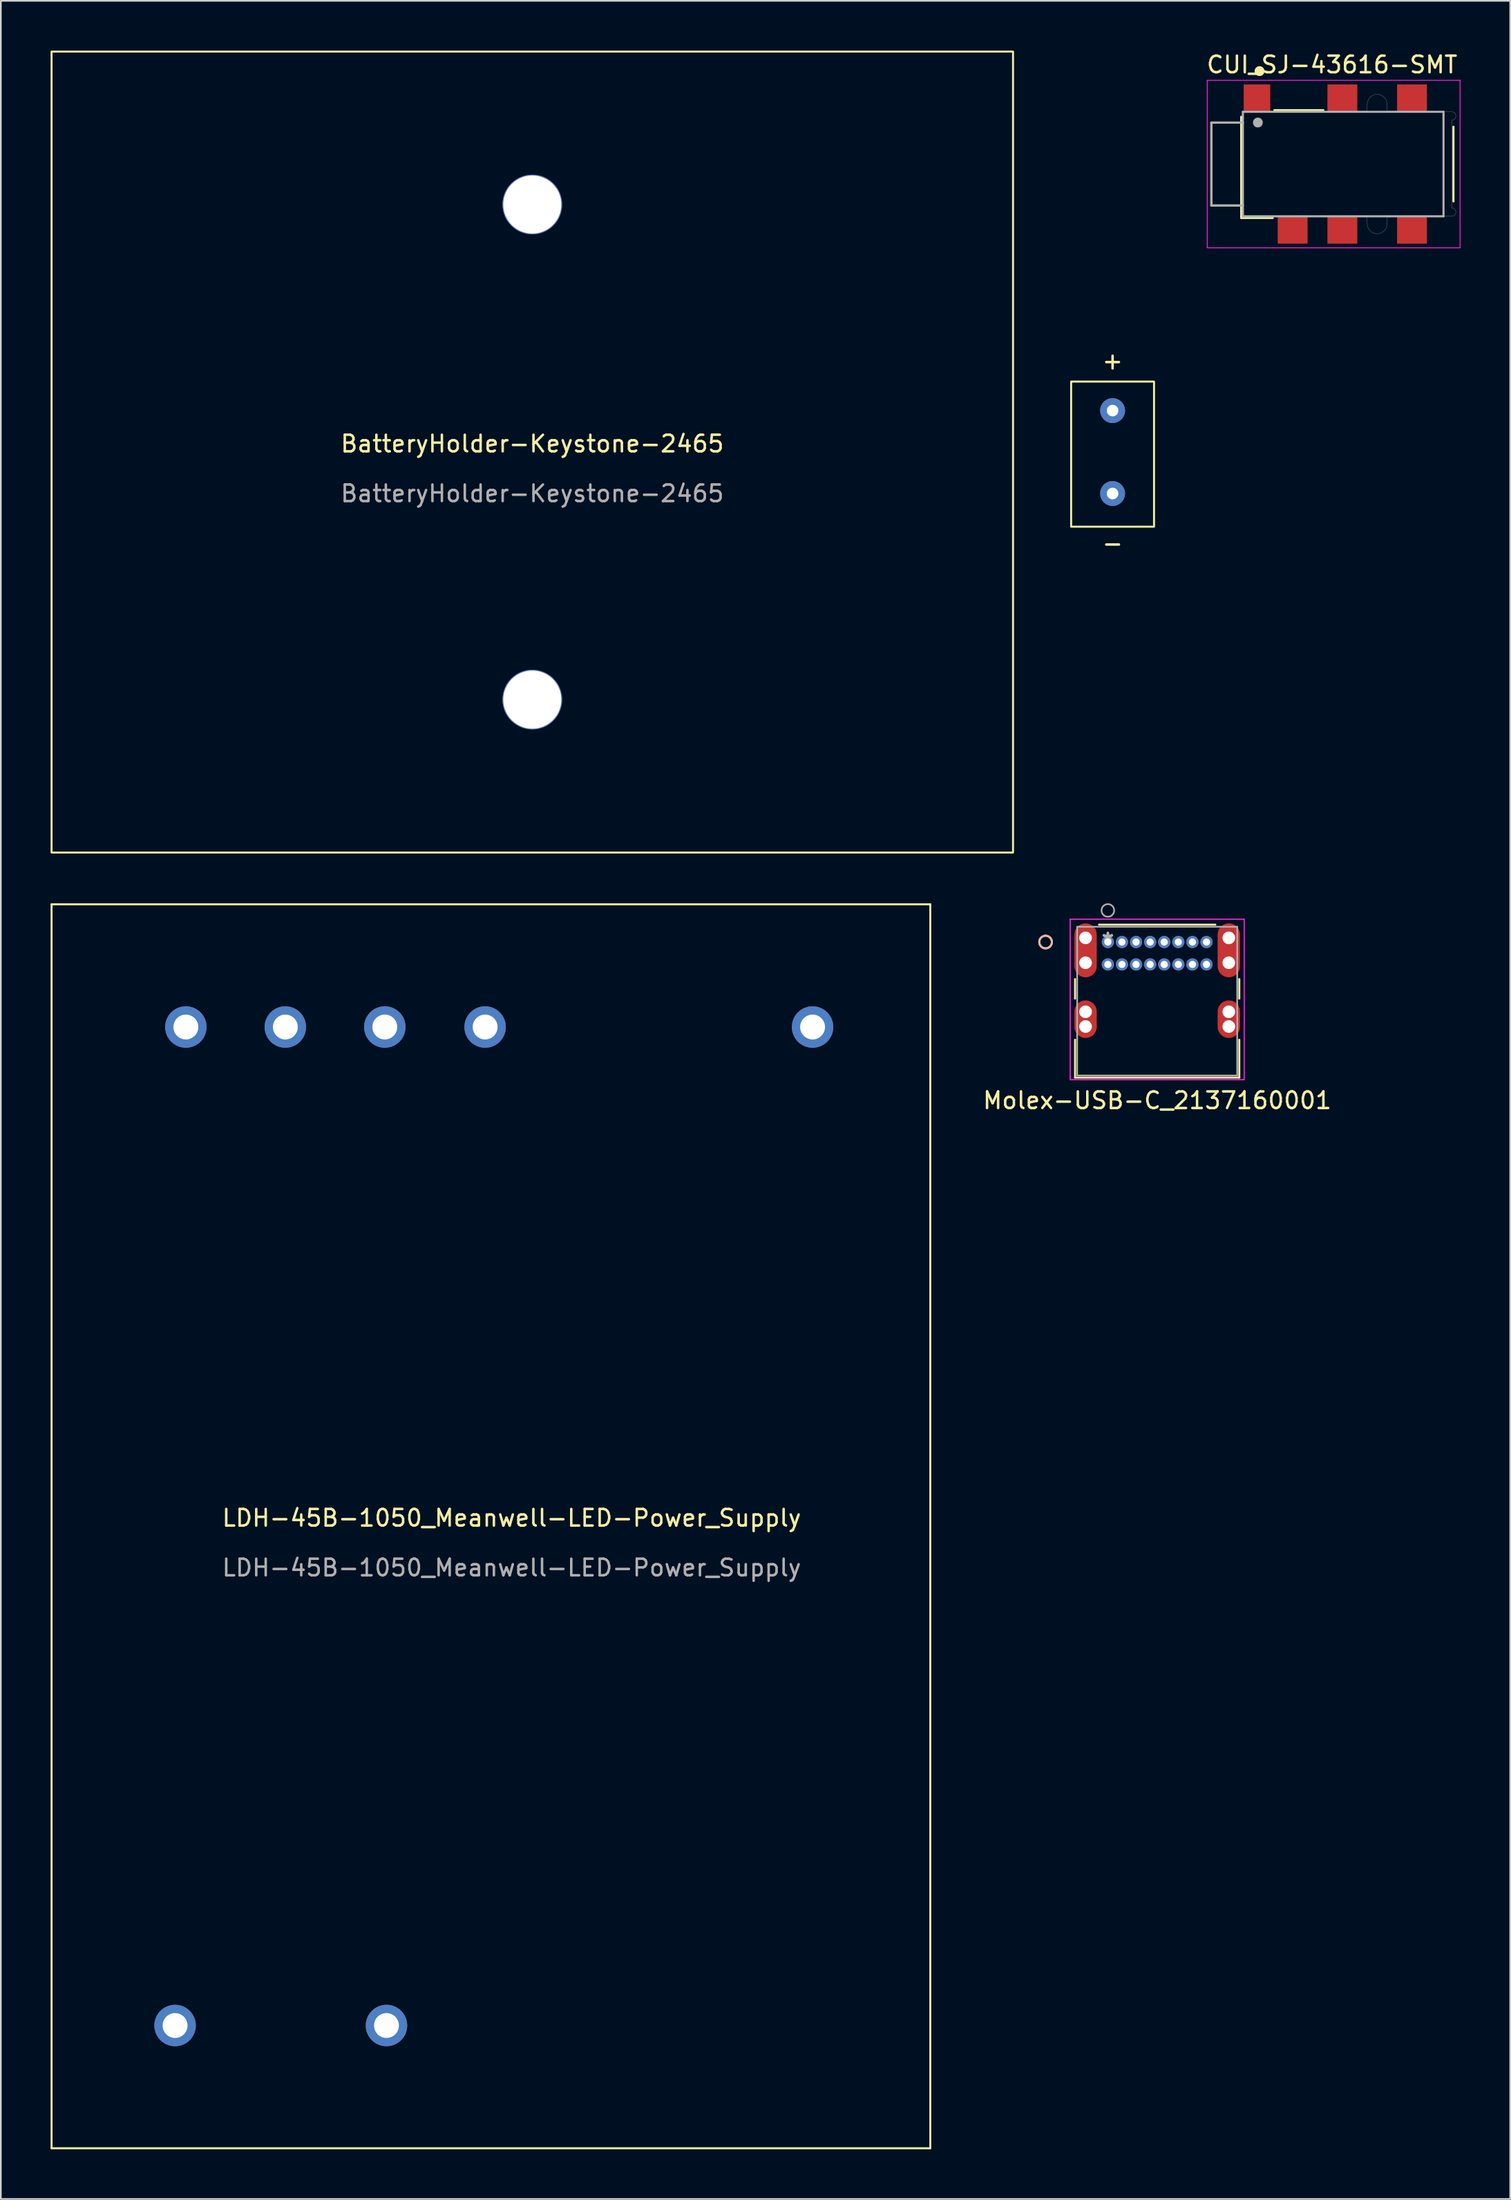
<source format=kicad_pcb>
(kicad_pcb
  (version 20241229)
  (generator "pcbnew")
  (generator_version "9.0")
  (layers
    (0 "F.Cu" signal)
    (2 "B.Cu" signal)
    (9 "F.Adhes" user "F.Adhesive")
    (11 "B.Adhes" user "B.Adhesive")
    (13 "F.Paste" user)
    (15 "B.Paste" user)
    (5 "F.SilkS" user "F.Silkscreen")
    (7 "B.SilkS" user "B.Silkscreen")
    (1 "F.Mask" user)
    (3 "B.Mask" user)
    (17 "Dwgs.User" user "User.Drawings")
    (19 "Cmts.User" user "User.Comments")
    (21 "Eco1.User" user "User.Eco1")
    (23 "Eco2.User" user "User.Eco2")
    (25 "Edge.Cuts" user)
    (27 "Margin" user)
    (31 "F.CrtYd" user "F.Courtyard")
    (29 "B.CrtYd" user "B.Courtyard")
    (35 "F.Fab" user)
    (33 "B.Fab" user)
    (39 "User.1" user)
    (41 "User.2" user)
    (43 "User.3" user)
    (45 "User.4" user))
  (footprint "Molex-USB-C_2137160001"
    (layer "F.Cu")
    (at 66.742 56.796)
    (property "Reference" "Molex-USB-C_2137160001" (at 0.003 6.5 0) (unlocked yes) (layer "F.SilkS") (effects (font (size 1 1) (thickness 0.15))))
    (attr through_hole)
    (fp_line (start -4.95 -0.816) (end -4.95 0.361) (stroke (width 0.12) (type solid)) (layer "F.SilkS"))
    (fp_line (start -4.95 2.839) (end -4.95 5.123) (stroke (width 0.12) (type solid)) (layer "F.SilkS"))
    (fp_line (start -4.95 5.123) (end 4.956 5.123) (stroke (width 0.12) (type solid)) (layer "F.SilkS"))
    (fp_line (start 3.512 -4.097) (end -3.506 -4.097) (stroke (width 0.12) (type solid)) (layer "F.SilkS"))
    (fp_line (start 4.956 0.361) (end 4.956 -0.816) (stroke (width 0.12) (type solid)) (layer "F.SilkS"))
    (fp_line (start 4.956 5.123) (end 4.956 2.839) (stroke (width 0.12) (type solid)) (layer "F.SilkS"))
    (fp_circle (center -6.728 -3.05) (end -6.347 -3.05) (stroke (width 0.12) (type solid)) (fill no) (layer "F.SilkS"))
    (fp_circle (center -6.728 -3.05) (end -6.347 -3.05) (stroke (width 0.12) (type solid)) (fill no) (layer "B.SilkS"))
    (fp_line (start -5.244 -4.43) (end -5.244 5.25) (stroke (width 0.05) (type solid)) (layer "F.CrtYd"))
    (fp_line (start -5.244 -4.43) (end -5.244 5.25) (stroke (width 0.05) (type solid)) (layer "F.CrtYd"))
    (fp_line (start -5.244 5.25) (end 5.25 5.25) (stroke (width 0.05) (type solid)) (layer "F.CrtYd"))
    (fp_line (start -5.244 5.25) (end 5.25 5.25) (stroke (width 0.05) (type solid)) (layer "F.CrtYd"))
    (fp_line (start 5.25 -4.43) (end -5.244 -4.43) (stroke (width 0.05) (type solid)) (layer "F.CrtYd"))
    (fp_line (start 5.25 -4.43) (end -5.244 -4.43) (stroke (width 0.05) (type solid)) (layer "F.CrtYd"))
    (fp_line (start 5.25 5.25) (end 5.25 -4.43) (stroke (width 0.05) (type solid)) (layer "F.CrtYd"))
    (fp_line (start 5.25 5.25) (end 5.25 -4.43) (stroke (width 0.05) (type solid)) (layer "F.CrtYd"))
    (fp_line (start -4.823 -3.97) (end -4.823 4.996) (stroke (width 0.1) (type solid)) (layer "F.Fab"))
    (fp_line (start -4.823 4.996) (end 4.829 4.996) (stroke (width 0.1) (type solid)) (layer "F.Fab"))
    (fp_line (start 4.829 -3.97) (end -4.823 -3.97) (stroke (width 0.1) (type solid)) (layer "F.Fab"))
    (fp_line (start 4.829 4.996) (end 4.829 -3.97) (stroke (width 0.1) (type solid)) (layer "F.Fab"))
    (fp_circle (center -2.972 -4.955) (end -2.591 -4.955) (stroke (width 0.1) (type solid)) (fill no) (layer "F.Fab"))
    (fp_text user "*" (at -2.972 -3.05 0) (layer "F.SilkS") (effects (font (size 1 1) (thickness 0.15))))
    (fp_text user "*" (at -2.972 -3.05 0) (layer "F.Fab") (effects (font (size 1 1) (thickness 0.15))))
    (pad "" np_thru_hole circle (at -4.317 1.155) (size 0.762 0.762) (drill 0.762) (layers "*.Cu" "*.Mask"))
    (pad "" np_thru_hole circle (at -4.317 2.044) (size 0.762 0.762) (drill 0.762) (layers "*.Cu" "*.Mask"))
    (pad "" np_thru_hole circle (at -4.317 -3.3) (size 0.762 0.762) (drill 0.762) (layers "*.Cu" "*.Mask"))
    (pad "" np_thru_hole circle (at -4.317 -1.801) (size 0.762 0.762) (drill 0.762) (layers "*.Cu" "*.Mask"))
    (pad "" np_thru_hole circle (at 4.323 -3.3) (size 0.762 0.762) (drill 0.762) (layers "*.Cu" "*.Mask"))
    (pad "" np_thru_hole circle (at 4.323 -1.801) (size 0.762 0.762) (drill 0.762) (layers "*.Cu" "*.Mask"))
    (pad "" np_thru_hole circle (at 4.323 1.155) (size 0.762 0.762) (drill 0.762) (layers "*.Cu" "*.Mask"))
    (pad "" np_thru_hole circle (at 4.323 2.044) (size 0.762 0.762) (drill 0.762) (layers "*.Cu" "*.Mask"))
    (pad "17" smd oval (at -4.317 -2.55) (size 1.346 3.251) (layers "F.Cu" "F.Mask" "F.Paste"))
    (pad "18" smd oval (at 4.323 -2.55) (size 1.346 3.251) (layers "F.Cu" "F.Mask" "F.Paste"))
    (pad "19" smd oval (at -4.317 1.6) (size 1.346 2.261) (layers "F.Cu" "F.Mask" "F.Paste"))
    (pad "20" smd oval (at 4.323 1.6) (size 1.346 2.261) (layers "F.Cu" "F.Mask" "F.Paste"))
    (pad "A1" thru_hole circle (at -2.972 -3.05) (size 0.737 0.737) (drill 0.432) (layers "*.Cu" "*.Mask"))
    (pad "A4" thru_hole circle (at -2.122 -3.05) (size 0.737 0.737) (drill 0.432) (layers "*.Cu" "*.Mask"))
    (pad "A5" thru_hole circle (at -1.272 -3.05) (size 0.737 0.737) (drill 0.432) (layers "*.Cu" "*.Mask"))
    (pad "A6" thru_hole circle (at -0.422 -3.05) (size 0.737 0.737) (drill 0.432) (layers "*.Cu" "*.Mask"))
    (pad "A7" thru_hole circle (at 0.428 -3.05) (size 0.737 0.737) (drill 0.432) (layers "*.Cu" "*.Mask"))
    (pad "A8" thru_hole circle (at 1.278 -3.05) (size 0.737 0.737) (drill 0.432) (layers "*.Cu" "*.Mask"))
    (pad "A9" thru_hole circle (at 2.128 -3.05) (size 0.737 0.737) (drill 0.432) (layers "*.Cu" "*.Mask"))
    (pad "A12" thru_hole circle (at 2.978 -3.05) (size 0.737 0.737) (drill 0.432) (layers "*.Cu" "*.Mask"))
    (pad "B1" thru_hole circle (at 2.978 -1.7) (size 0.737 0.737) (drill 0.432) (layers "*.Cu" "*.Mask"))
    (pad "B4" thru_hole circle (at 2.128 -1.7) (size 0.737 0.737) (drill 0.432) (layers "*.Cu" "*.Mask"))
    (pad "B5" thru_hole circle (at 1.278 -1.7) (size 0.737 0.737) (drill 0.432) (layers "*.Cu" "*.Mask"))
    (pad "B6" thru_hole circle (at 0.428 -1.7) (size 0.737 0.737) (drill 0.432) (layers "*.Cu" "*.Mask"))
    (pad "B7" thru_hole circle (at -0.422 -1.7) (size 0.737 0.737) (drill 0.432) (layers "*.Cu" "*.Mask"))
    (pad "B8" thru_hole circle (at -1.272 -1.7) (size 0.737 0.737) (drill 0.432) (layers "*.Cu" "*.Mask"))
    (pad "B9" thru_hole circle (at -2.122 -1.7) (size 0.737 0.737) (drill 0.432) (layers "*.Cu" "*.Mask"))
    (pad "B12" thru_hole circle (at -2.972 -1.7) (size 0.737 0.737) (drill 0.432) (layers "*.Cu" "*.Mask")))
  (footprint "LDH-45B-1050_Meanwell-LED-Power_Supply"
    (layer "F.Cu")
    (at 27.81 88.97)
    (property "Reference" "LDH-45B-1050_Meanwell-LED-Power_Supply" (at 0 -0.5 0) (unlocked yes) (layer "F.SilkS") (effects (font (size 1 1) (thickness 0.15))))
    (attr through_hole)
    (fp_line (start -27.75 -37.5) (end -27.75 37.5) (stroke (width 0.12) (type solid)) (layer "F.SilkS"))
    (fp_line (start 25.25 -37.5) (end -27.75 -37.5) (stroke (width 0.12) (type solid)) (layer "F.SilkS"))
    (fp_line (start 25.25 -37.5) (end 25.25 37.5) (stroke (width 0.12) (type solid)) (layer "F.SilkS"))
    (fp_line (start 25.25 37.5) (end -27.75 37.5) (stroke (width 0.12) (type solid)) (layer "F.SilkS"))
    (fp_text user "${REFERENCE}" (at 0 2.5 0) (unlocked yes) (layer "F.Fab") (effects (font (size 1 1) (thickness 0.15))))
    (pad "1" thru_hole circle (at 18.15 -30.1 180) (size 2.5 2.5) (drill 1.5) (layers "*.Cu" "*.Mask"))
    (pad "2" thru_hole circle (at -1.6 -30.1 180) (size 2.5 2.5) (drill 1.5) (layers "*.Cu" "*.Mask"))
    (pad "3" thru_hole circle (at -7.65 -30.1 180) (size 2.5 2.5) (drill 1.5) (layers "*.Cu" "*.Mask"))
    (pad "4" thru_hole circle (at -13.65 -30.1 180) (size 2.5 2.5) (drill 1.5) (layers "*.Cu" "*.Mask"))
    (pad "5" thru_hole circle (at -19.65 -30.1 180) (size 2.5 2.5) (drill 1.5) (layers "*.Cu" "*.Mask"))
    (pad "6" thru_hole circle (at -20.3 30.1 180) (size 2.5 2.5) (drill 1.5) (layers "*.Cu" "*.Mask"))
    (pad "7" thru_hole circle (at -7.55 30.1 180) (size 2.5 2.5) (drill 1.5) (layers "*.Cu" "*.Mask")))
  (footprint "BatteryHolder-Keystone-2465"
    (layer "F.Cu")
    (at 29.055 24.205)
    (property "Reference" "BatteryHolder-Keystone-2465" (at 0 -0.5 0) (unlocked yes) (layer "F.SilkS") (effects (font (size 1 1) (thickness 0.15))))
    (fp_rect (start -28.995 -24.145) (end 28.995 24.145) (stroke (width 0.12) (type solid)) (fill no) (layer "F.SilkS"))
    (fp_rect (start 32.5 -4.25) (end 37.5 4.5) (stroke (width 0.12) (type solid)) (fill no) (layer "F.SilkS"))
    (fp_rect (start 0 -14.925) (end 0 14.925) (stroke (width 0.12) (type solid)) (fill no) (layer "Eco1.User"))
    (fp_text user "-" (at 35 5.5 0) (unlocked yes) (layer "F.SilkS") (effects (font (size 1 1) (thickness 0.15))))
    (fp_text user "+" (at 35 -5.5 0) (unlocked yes) (layer "F.SilkS") (effects (font (size 1 1) (thickness 0.15))))
    (fp_text user "${REFERENCE}" (at 0 2.5 0) (unlocked yes) (layer "F.Fab") (effects (font (size 1 1) (thickness 0.15))))
    (pad "0" thru_hole circle (at 0 -14.925) (size 3.6 3.6) (drill 3.5) (layers "*.Cu" "*.Mask"))
    (pad "0" thru_hole circle (at 0 14.925) (size 3.6 3.6) (drill 3.5) (layers "*.Cu" "*.Mask"))
    (pad "1" thru_hole circle (at 35 -2.5) (size 1.5 1.5) (drill 0.7) (layers "*.Cu" "*.Mask"))
    (pad "2" thru_hole circle (at 35 2.5) (size 1.5 1.5) (drill 0.7) (layers "*.Cu" "*.Mask")))
  (footprint "CUI_SJ-43616-SMT"
    (layer "F.Cu")
    (at 78.164 3.941)
    (property "Reference" "CUI_SJ-43616-SMT" (at -0.873 -3.092 0) (layer "F.SilkS") (effects (font (size 1 1) (thickness 0.15))))
    (attr smd)
    (fp_line (start -8.15 0.4) (end -8.15 5.4) (stroke (width 0.127) (type solid)) (layer "F.SilkS"))
    (fp_line (start -8.15 5.4) (end -6.35 5.4) (stroke (width 0.127) (type solid)) (layer "F.SilkS"))
    (fp_line (start -6.35 0.4) (end -8.15 0.4) (stroke (width 0.127) (type solid)) (layer "F.SilkS"))
    (fp_line (start -6.35 0.4) (end -6.35 0.05) (stroke (width 0.127) (type solid)) (layer "F.SilkS"))
    (fp_line (start -6.35 5.4) (end -6.35 0.4) (stroke (width 0.127) (type solid)) (layer "F.SilkS"))
    (fp_line (start -6.35 6.15) (end -6.35 5.4) (stroke (width 0.127) (type solid)) (layer "F.SilkS"))
    (fp_line (start -6.35 6.15) (end -4.45 6.15) (stroke (width 0.127) (type solid)) (layer "F.SilkS"))
    (fp_line (start -4.35 -0.35) (end -1.4 -0.35) (stroke (width 0.127) (type solid)) (layer "F.SilkS"))
    (fp_line (start 6.45 0.65) (end 6.45 5.15) (stroke (width 0.127) (type solid)) (layer "F.SilkS"))
    (fp_circle (center -5.246 -2.704) (end -5.096 -2.704) (stroke (width 0.3) (type solid)) (fill no) (layer "F.SilkS"))
    (fp_line (start -6.25 -0.25) (end 1.25 -0.25) (stroke (width 0.01) (type solid)) (layer "Edge.Cuts"))
    (fp_line (start -6.25 6.05) (end -6.25 -0.25) (stroke (width 0.01) (type solid)) (layer "Edge.Cuts"))
    (fp_line (start 1.25 -0.25) (end 1.25 -0.7) (stroke (width 0.01) (type solid)) (layer "Edge.Cuts"))
    (fp_line (start 1.25 6.05) (end -6.25 6.05) (stroke (width 0.01) (type solid)) (layer "Edge.Cuts"))
    (fp_line (start 1.25 6.5) (end 1.25 6.05) (stroke (width 0.01) (type solid)) (layer "Edge.Cuts"))
    (fp_line (start 2.45 -0.7) (end 2.45 -0.25) (stroke (width 0.01) (type solid)) (layer "Edge.Cuts"))
    (fp_line (start 2.45 -0.25) (end 6.35 -0.25) (stroke (width 0.01) (type solid)) (layer "Edge.Cuts"))
    (fp_line (start 2.45 6.05) (end 2.45 6.5) (stroke (width 0.01) (type solid)) (layer "Edge.Cuts"))
    (fp_line (start 6.347 6.05) (end 2.45 6.05) (stroke (width 0.01) (type solid)) (layer "Edge.Cuts"))
    (fp_line (start 6.35 0.25) (end 6.35 5.55) (stroke (width 0.01) (type solid)) (layer "Edge.Cuts"))
    (fp_arc (start 1.25 -0.7) (mid 1.425736 -1.124264) (end 1.85 -1.3) (stroke (width 0.01) (type solid)) (layer "Edge.Cuts"))
    (fp_arc (start 1.85 -1.3) (mid 2.274264 -1.124264) (end 2.45 -0.7) (stroke (width 0.01) (type solid)) (layer "Edge.Cuts"))
    (fp_arc (start 1.85 7.1) (mid 1.425736 6.924264) (end 1.25 6.5) (stroke (width 0.01) (type solid)) (layer "Edge.Cuts"))
    (fp_arc (start 2.45 6.5) (mid 2.274264 6.924264) (end 1.85 7.1) (stroke (width 0.01) (type solid)) (layer "Edge.Cuts"))
    (fp_arc (start 6.35 -0.25) (mid 6.526777 -0.176777) (end 6.6 0) (stroke (width 0.01) (type solid)) (layer "Edge.Cuts"))
    (fp_arc (start 6.35 5.55) (mid 6.526777 5.623223) (end 6.6 5.8) (stroke (width 0.01) (type solid)) (layer "Edge.Cuts"))
    (fp_arc (start 6.6 0) (mid 6.526777 0.176777) (end 6.35 0.25) (stroke (width 0.01) (type solid)) (layer "Edge.Cuts"))
    (fp_arc (start 6.6 5.8) (mid 6.525724 5.977851) (end 6.347 6.05) (stroke (width 0.01) (type solid)) (layer "Edge.Cuts"))
    (fp_line (start -8.4 -2.15) (end 6.85 -2.15) (stroke (width 0.05) (type solid)) (layer "F.CrtYd"))
    (fp_line (start -8.4 7.95) (end -8.4 -2.15) (stroke (width 0.05) (type solid)) (layer "F.CrtYd"))
    (fp_line (start 6.85 -2.15) (end 6.85 7.95) (stroke (width 0.05) (type solid)) (layer "F.CrtYd"))
    (fp_line (start 6.85 7.95) (end -8.4 7.95) (stroke (width 0.05) (type solid)) (layer "F.CrtYd"))
    (fp_line (start -8.15 0.4) (end -8.15 5.4) (stroke (width 0.127) (type solid)) (layer "F.Fab"))
    (fp_line (start -8.15 5.4) (end -6.25 5.4) (stroke (width 0.127) (type solid)) (layer "F.Fab"))
    (fp_line (start -6.25 -0.25) (end 5.85 -0.25) (stroke (width 0.127) (type solid)) (layer "F.Fab"))
    (fp_line (start -6.25 0.4) (end -8.15 0.4) (stroke (width 0.127) (type solid)) (layer "F.Fab"))
    (fp_line (start -6.25 0.4) (end -6.25 -0.25) (stroke (width 0.127) (type solid)) (layer "F.Fab"))
    (fp_line (start -6.25 5.4) (end -6.25 0.4) (stroke (width 0.127) (type solid)) (layer "F.Fab"))
    (fp_line (start -6.25 6.05) (end -6.25 5.4) (stroke (width 0.127) (type solid)) (layer "F.Fab"))
    (fp_line (start 5.85 -0.25) (end 5.85 6.05) (stroke (width 0.127) (type solid)) (layer "F.Fab"))
    (fp_line (start 5.85 6.05) (end -6.25 6.05) (stroke (width 0.127) (type solid)) (layer "F.Fab"))
    (fp_circle (center -5.346 0.396) (end -5.196 0.396) (stroke (width 0.3) (type solid)) (fill no) (layer "F.Fab"))
    (pad "1" smd rect (at -5.4 -1.075) (size 1.6 1.65) (layers "F.Cu" "F.Mask" "F.Paste"))
    (pad "2" smd rect (at 3.95 6.875) (size 1.8 1.65) (layers "F.Cu" "F.Mask" "F.Paste"))
    (pad "3" smd rect (at -0.25 6.875) (size 1.8 1.65) (layers "F.Cu" "F.Mask" "F.Paste"))
    (pad "4" smd rect (at -3.25 6.875) (size 1.8 1.65) (layers "F.Cu" "F.Mask" "F.Paste"))
    (pad "10" smd rect (at 3.95 -1.075) (size 1.8 1.65) (layers "F.Cu" "F.Mask" "F.Paste"))
    (pad "11" smd rect (at -0.25 -1.075) (size 1.8 1.65) (layers "F.Cu" "F.Mask" "F.Paste")))
  (gr_rect
    (start -3 -3)
    (end 88.039 129.53)
    (stroke (width 0.1) (type default))
    (fill no)
    (layer "Edge.Cuts")))
</source>
